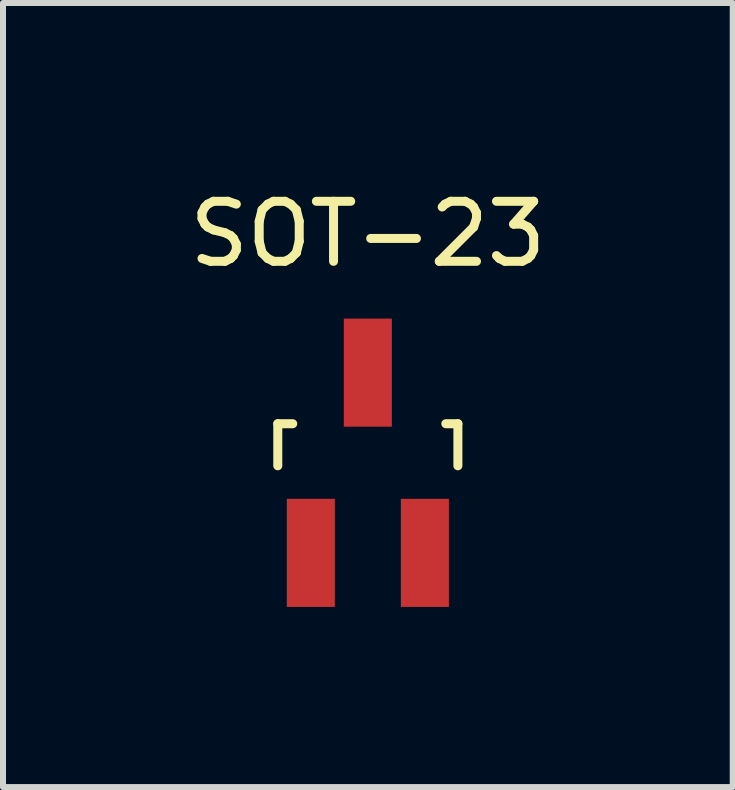
<source format=kicad_pcb>
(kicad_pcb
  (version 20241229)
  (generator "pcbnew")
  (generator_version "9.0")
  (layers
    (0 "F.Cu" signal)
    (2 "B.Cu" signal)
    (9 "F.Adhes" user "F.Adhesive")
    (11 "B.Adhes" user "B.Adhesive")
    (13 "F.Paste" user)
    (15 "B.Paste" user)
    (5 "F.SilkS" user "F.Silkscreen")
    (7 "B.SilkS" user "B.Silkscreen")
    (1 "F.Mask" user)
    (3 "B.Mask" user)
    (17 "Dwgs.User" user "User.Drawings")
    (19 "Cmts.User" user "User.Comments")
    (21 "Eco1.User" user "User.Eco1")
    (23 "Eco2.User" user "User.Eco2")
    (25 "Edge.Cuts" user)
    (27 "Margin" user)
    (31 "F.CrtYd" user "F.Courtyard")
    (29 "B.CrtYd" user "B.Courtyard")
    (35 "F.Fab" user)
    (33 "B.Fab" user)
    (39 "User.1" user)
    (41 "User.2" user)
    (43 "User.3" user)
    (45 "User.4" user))
  (footprint "SOT-23"
    (layer "F.Cu")
    (at 3.077 4.658)
    (property "Reference" "SOT-23" (at 0 -3.81 0) (layer "F.SilkS") (effects (font (size 1 1) (thickness 0.15))))
    (attr smd)
    (fp_line (start -1.5 -0.65) (end -1.251 -0.65) (stroke (width 0.15) (type solid)) (layer "F.SilkS"))
    (fp_line (start -1.5 0.051) (end -1.5 -0.65) (stroke (width 0.15) (type solid)) (layer "F.SilkS"))
    (fp_line (start 1.299 -0.65) (end 1.5 -0.65) (stroke (width 0.15) (type solid)) (layer "F.SilkS"))
    (fp_line (start 1.5 -0.65) (end 1.5 0.051) (stroke (width 0.15) (type solid)) (layer "F.SilkS"))
    (pad "1" smd rect (at 0 -1.501) (size 0.8 1.801) (layers "F.Cu" "F.Mask" "F.Paste"))
    (pad "2" smd rect (at -0.95 1.501) (size 0.8 1.801) (layers "F.Cu" "F.Mask" "F.Paste"))
    (pad "3" smd rect (at 0.95 1.501) (size 0.8 1.801) (layers "F.Cu" "F.Mask" "F.Paste")))
  (gr_rect
    (start -3 -3)
    (end 9.155 10.06)
    (stroke (width 0.1) (type default))
    (fill no)
    (layer "Edge.Cuts")))
</source>
